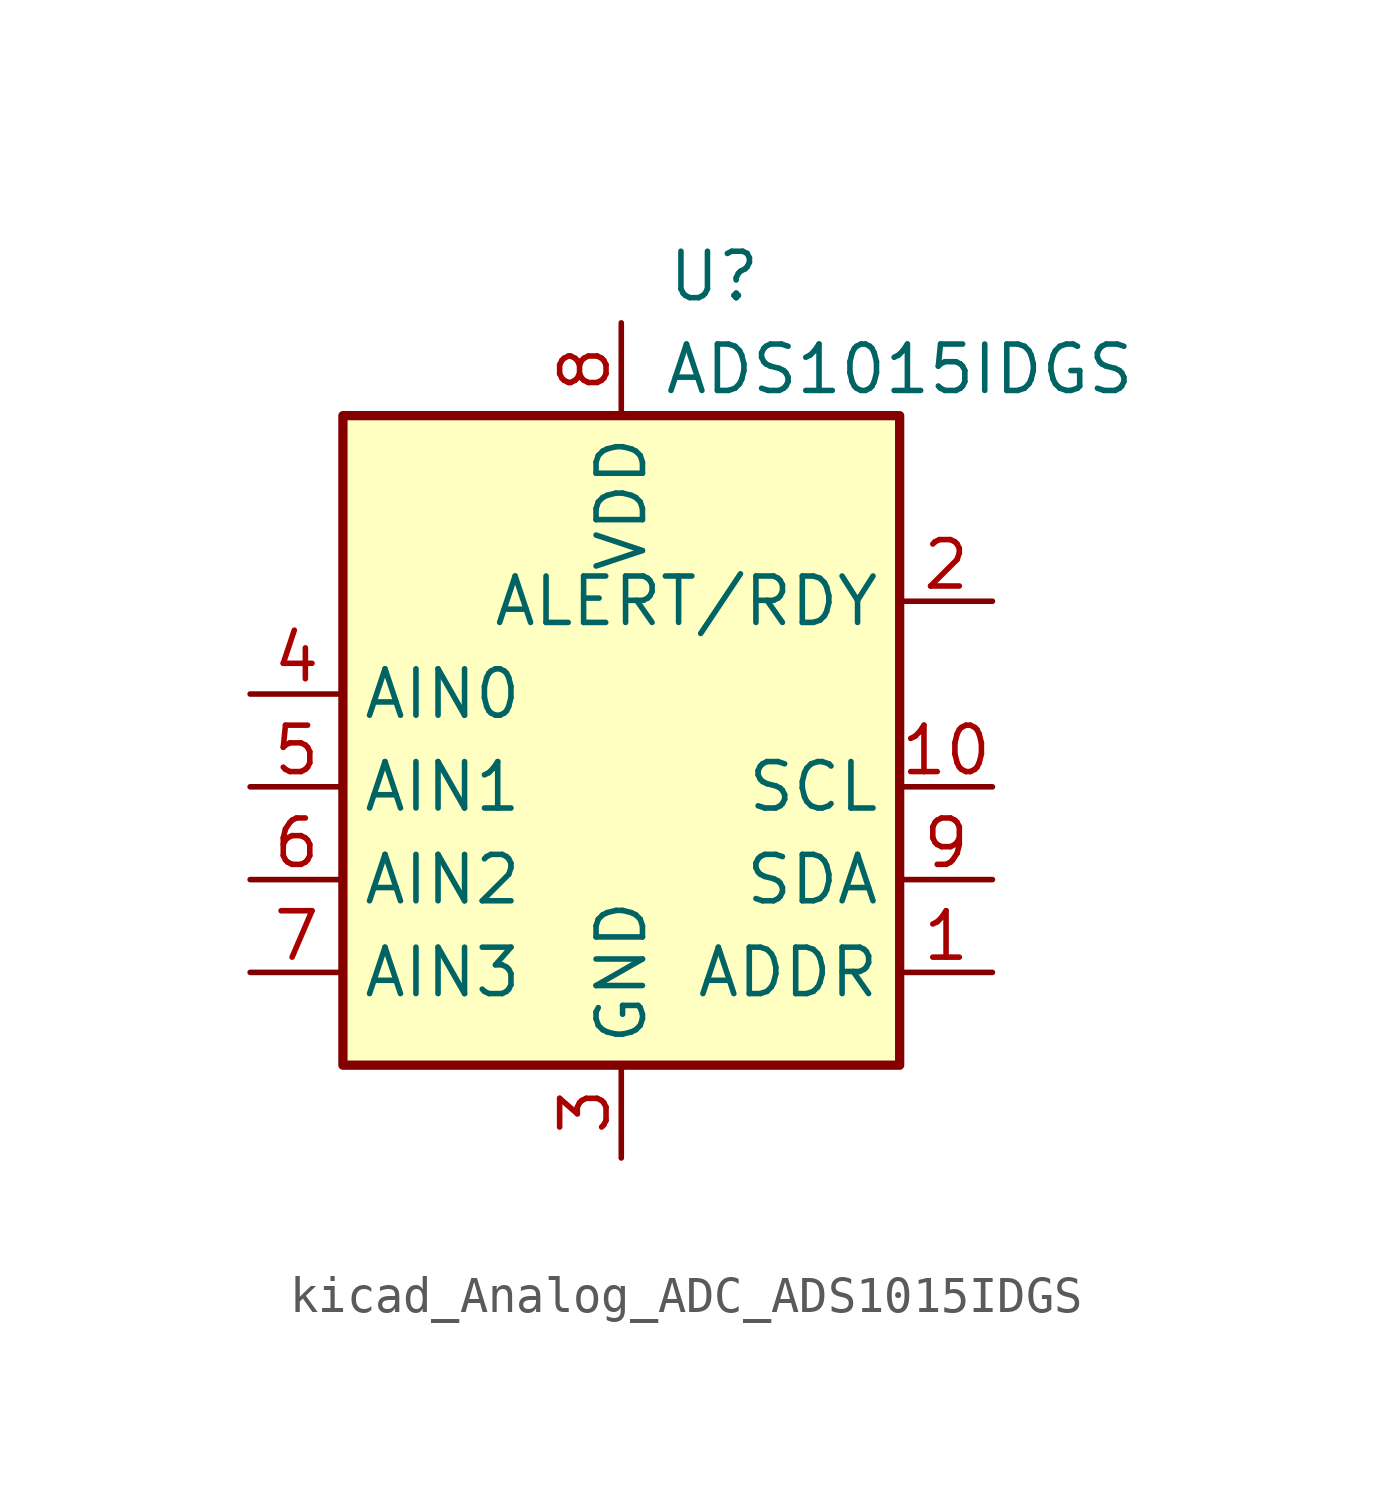
<source format=kicad_sym>
(kicad_symbol_lib
  (version 20220914)
  (generator kicad_symbol_editor)
  (symbol "kicad_Analog_ADC_ADS1015IDGS"
    (property "Reference" "U"
      (at 2.54 13.97 0)
      (effects (font (size 1.27 1.27))))
    (property "Value" "ADS1015IDGS"
      (at 7.62 11.43 0)
      (effects (font (size 1.27 1.27))))
    (symbol "kicad_Analog_ADC_ADS1015IDGS_0_1"
      (rectangle (start -7.62 10.16) (end 7.62 -7.62) (stroke (width 0.254) (type default)) (fill (type background))))
    (symbol "kicad_Analog_ADC_ADS1015IDGS_1_1"
      (pin input line (at 10.16 -5.08 180) (length 2.54) (name "ADDR" (effects (font (size 1.27 1.27)))) (number "1" (effects (font (size 1.27 1.27)))))
      (pin input line (at 10.16 0 180) (length 2.54) (name "SCL" (effects (font (size 1.27 1.27)))) (number "10" (effects (font (size 1.27 1.27)))))
      (pin output line (at 10.16 5.08 180) (length 2.54) (name "ALERT/RDY" (effects (font (size 1.27 1.27)))) (number "2" (effects (font (size 1.27 1.27)))))
      (pin power_in line (at 0 -10.16 90) (length 2.54) (name "GND" (effects (font (size 1.27 1.27)))) (number "3" (effects (font (size 1.27 1.27)))))
      (pin input line (at -10.16 2.54 0) (length 2.54) (name "AIN0" (effects (font (size 1.27 1.27)))) (number "4" (effects (font (size 1.27 1.27)))))
      (pin input line (at -10.16 0 0) (length 2.54) (name "AIN1" (effects (font (size 1.27 1.27)))) (number "5" (effects (font (size 1.27 1.27)))))
      (pin input line (at -10.16 -2.54 0) (length 2.54) (name "AIN2" (effects (font (size 1.27 1.27)))) (number "6" (effects (font (size 1.27 1.27)))))
      (pin input line (at -10.16 -5.08 0) (length 2.54) (name "AIN3" (effects (font (size 1.27 1.27)))) (number "7" (effects (font (size 1.27 1.27)))))
      (pin power_in line (at 0 12.7 270) (length 2.54) (name "VDD" (effects (font (size 1.27 1.27)))) (number "8" (effects (font (size 1.27 1.27)))))
      (pin bidirectional line (at 10.16 -2.54 180) (length 2.54) (name "SDA" (effects (font (size 1.27 1.27)))) (number "9" (effects (font (size 1.27 1.27))))))))
</source>
